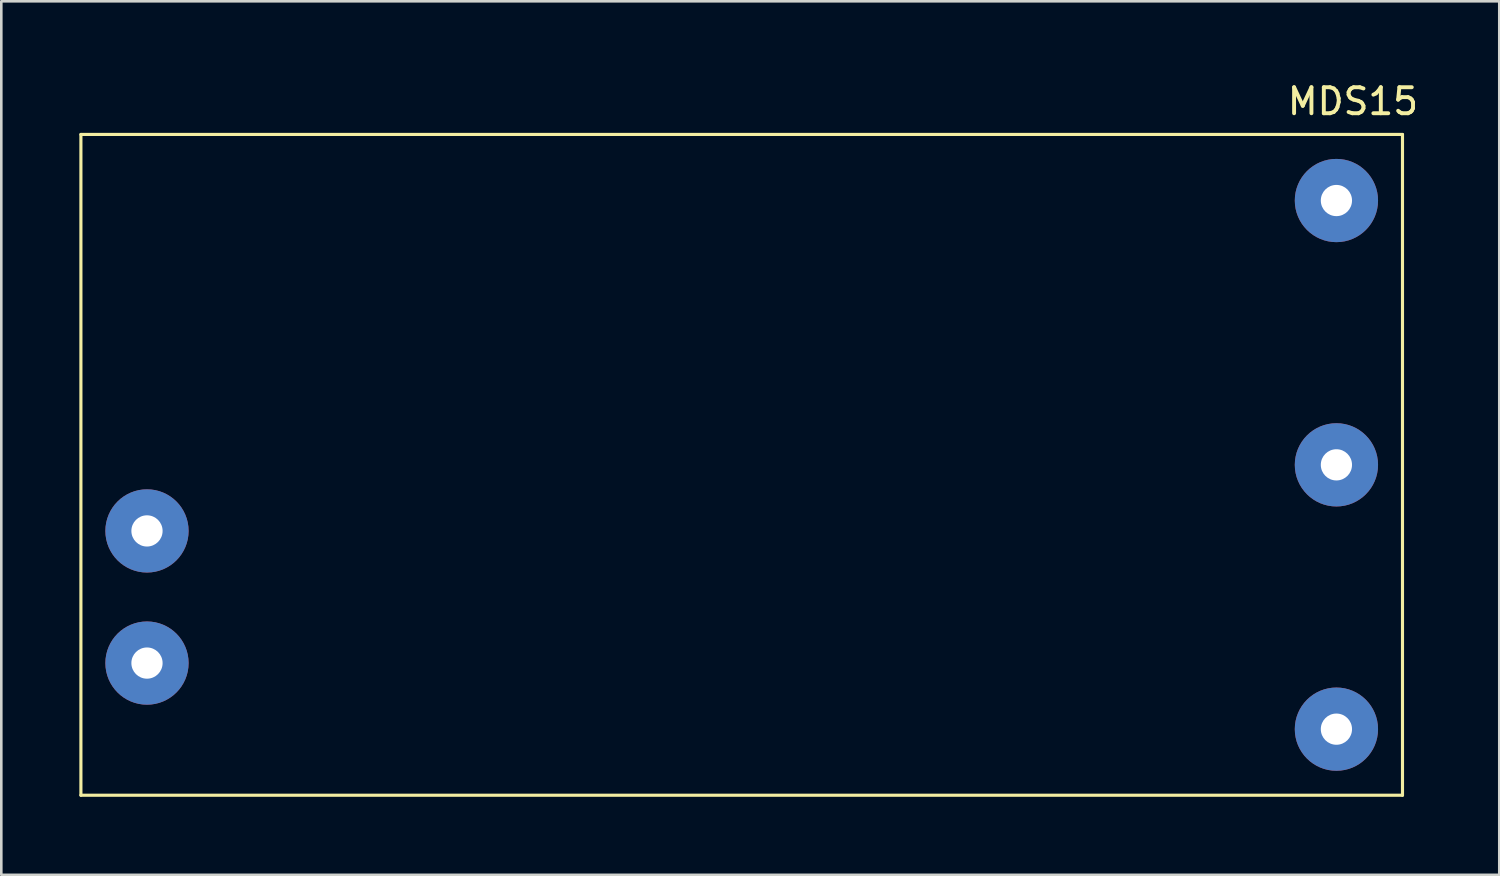
<source format=kicad_pcb>
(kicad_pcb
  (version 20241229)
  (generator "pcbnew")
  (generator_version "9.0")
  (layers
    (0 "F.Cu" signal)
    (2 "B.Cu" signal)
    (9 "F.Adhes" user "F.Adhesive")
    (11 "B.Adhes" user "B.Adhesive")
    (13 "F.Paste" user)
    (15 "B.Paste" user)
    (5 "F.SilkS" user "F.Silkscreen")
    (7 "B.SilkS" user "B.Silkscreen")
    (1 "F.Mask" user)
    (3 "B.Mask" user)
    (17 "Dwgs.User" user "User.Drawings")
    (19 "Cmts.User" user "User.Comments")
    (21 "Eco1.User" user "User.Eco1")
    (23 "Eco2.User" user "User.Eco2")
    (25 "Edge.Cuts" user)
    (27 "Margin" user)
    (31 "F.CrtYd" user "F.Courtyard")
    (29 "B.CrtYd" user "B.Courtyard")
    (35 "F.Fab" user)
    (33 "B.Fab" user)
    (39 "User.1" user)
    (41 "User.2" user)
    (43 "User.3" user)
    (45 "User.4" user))
  (footprint "MDS15"
    (layer "F.Cu")
    (at 25.46 14.818)
    (property "Reference" "MDS15" (at 23.495 -13.97 0) (layer "F.SilkS") (effects (font (size 1 1) (thickness 0.15))))
    (attr through_hole)
    (fp_line (start -25.4 -12.7) (end 25.4 -12.7) (stroke (width 0.12) (type solid)) (layer "F.SilkS"))
    (fp_line (start -25.4 12.7) (end -25.4 -12.7) (stroke (width 0.12) (type solid)) (layer "F.SilkS"))
    (fp_line (start 25.4 -12.7) (end 25.4 12.7) (stroke (width 0.12) (type solid)) (layer "F.SilkS"))
    (fp_line (start 25.4 12.7) (end -25.4 12.7) (stroke (width 0.12) (type solid)) (layer "F.SilkS"))
    (pad "1" thru_hole circle (at -22.86 7.62) (size 3.2 3.2) (drill 1.2) (layers "*.Cu" "*.Mask"))
    (pad "2" thru_hole circle (at -22.86 2.54) (size 3.2 3.2) (drill 1.2) (layers "*.Cu" "*.Mask"))
    (pad "3" thru_hole circle (at 22.86 10.16) (size 3.2 3.2) (drill 1.2) (layers "*.Cu" "*.Mask"))
    (pad "4" thru_hole circle (at 22.86 0) (size 3.2 3.2) (drill 1.2) (layers "*.Cu" "*.Mask"))
    (pad "5" thru_hole circle (at 22.86 -10.16) (size 3.2 3.2) (drill 1.2) (layers "*.Cu" "*.Mask")))
  (gr_rect
    (start -3 -3)
    (end 54.58 30.578)
    (stroke (width 0.1) (type default))
    (fill no)
    (layer "Edge.Cuts")))
</source>
